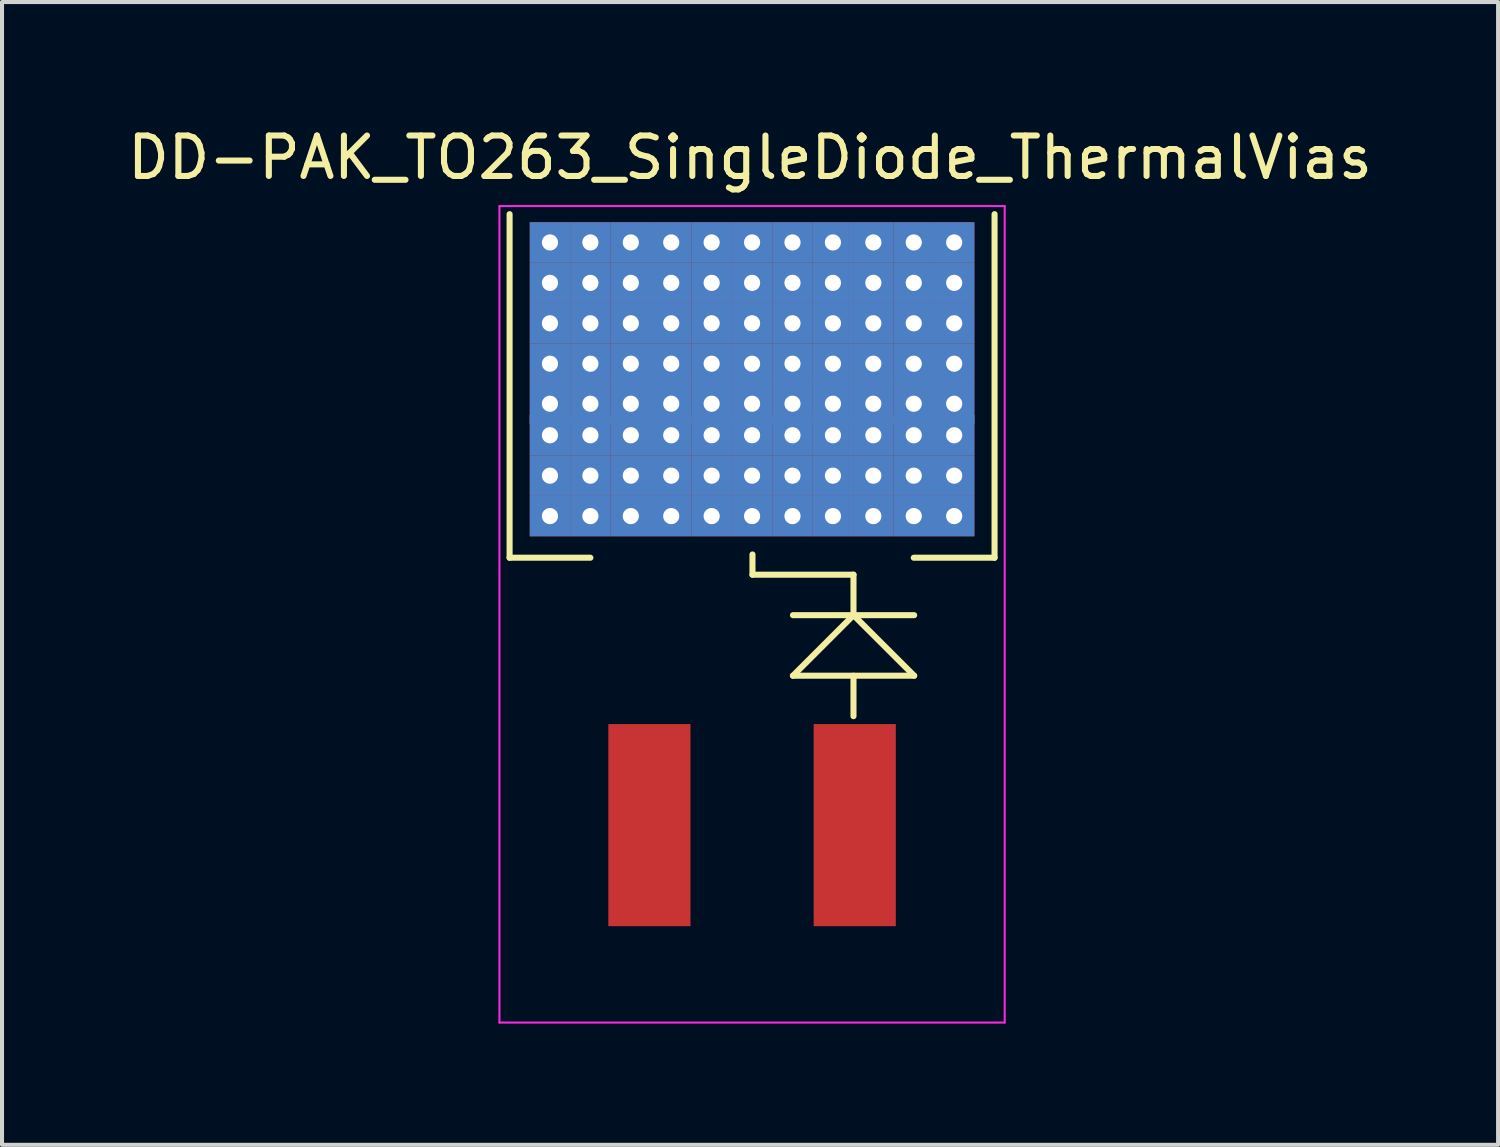
<source format=kicad_pcb>
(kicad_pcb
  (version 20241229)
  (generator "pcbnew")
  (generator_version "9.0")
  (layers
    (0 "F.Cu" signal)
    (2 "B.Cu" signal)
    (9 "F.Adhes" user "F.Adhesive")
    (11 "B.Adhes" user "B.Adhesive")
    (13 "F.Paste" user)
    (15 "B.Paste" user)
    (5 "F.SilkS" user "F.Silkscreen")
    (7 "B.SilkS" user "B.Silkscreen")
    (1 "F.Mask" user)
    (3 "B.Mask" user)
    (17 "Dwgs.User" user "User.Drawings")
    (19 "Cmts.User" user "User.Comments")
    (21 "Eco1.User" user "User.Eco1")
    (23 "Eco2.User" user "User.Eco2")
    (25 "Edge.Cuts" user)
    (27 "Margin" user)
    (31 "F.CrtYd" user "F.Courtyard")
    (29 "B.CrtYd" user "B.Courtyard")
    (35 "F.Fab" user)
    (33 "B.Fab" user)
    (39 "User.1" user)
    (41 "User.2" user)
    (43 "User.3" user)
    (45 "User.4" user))
  (footprint "DD-PAK_TO263_SingleDiode_ThermalVias"
    (layer "F.Cu")
    (at 9.856 2.248)
    (property "Reference" "DD-PAK_TO263_SingleDiode_ThermalVias" (at 5.65 -1.4 0) (layer "F.SilkS") (effects (font (size 1 1) (thickness 0.15))))
    (attr smd)
    (fp_line (start 0.2 0.2) (end 11.2 0.2) (stroke (width 0.45) (type solid)) (layer "F.Mask"))
    (fp_line (start 0.2 7.98) (end 0.2 0.2) (stroke (width 0.45) (type solid)) (layer "F.Mask"))
    (fp_line (start 0.44 0.37) (end 0.44 7.95) (stroke (width 0.45) (type solid)) (layer "F.Mask"))
    (fp_line (start 0.45 1.2) (end 10.95 1.2) (stroke (width 0.45) (type solid)) (layer "F.Mask"))
    (fp_line (start 0.45 2.2) (end 10.95 2.2) (stroke (width 0.45) (type solid)) (layer "F.Mask"))
    (fp_line (start 0.45 3.2) (end 10.95 3.2) (stroke (width 0.45) (type solid)) (layer "F.Mask"))
    (fp_line (start 0.45 5.19) (end 10.95 5.19) (stroke (width 0.45) (type solid)) (layer "F.Mask"))
    (fp_line (start 0.45 5.97) (end 10.95 5.97) (stroke (width 0.45) (type solid)) (layer "F.Mask"))
    (fp_line (start 0.45 6.97) (end 10.95 6.97) (stroke (width 0.45) (type solid)) (layer "F.Mask"))
    (fp_line (start 0.46 4.18) (end 10.96 4.18) (stroke (width 0.45) (type solid)) (layer "F.Mask"))
    (fp_line (start 0.78 0.37) (end 0.78 7.95) (stroke (width 0.45) (type solid)) (layer "F.Mask"))
    (fp_line (start 1.2 0.4) (end 1.2 7.98) (stroke (width 0.45) (type solid)) (layer "F.Mask"))
    (fp_line (start 1.54 0.37) (end 1.54 7.95) (stroke (width 0.45) (type solid)) (layer "F.Mask"))
    (fp_line (start 1.88 0.37) (end 1.88 7.95) (stroke (width 0.45) (type solid)) (layer "F.Mask"))
    (fp_line (start 2.2 0.4) (end 2.2 7.98) (stroke (width 0.45) (type solid)) (layer "F.Mask"))
    (fp_line (start 2.3 0.4) (end 2.3 7.98) (stroke (width 0.45) (type solid)) (layer "F.Mask"))
    (fp_line (start 2.57 0.32) (end 2.57 7.9) (stroke (width 0.45) (type solid)) (layer "F.Mask"))
    (fp_line (start 2.91 0.32) (end 2.91 7.9) (stroke (width 0.45) (type solid)) (layer "F.Mask"))
    (fp_line (start 3.2 0.4) (end 3.2 7.98) (stroke (width 0.45) (type solid)) (layer "F.Mask"))
    (fp_line (start 3.33 0.35) (end 3.33 7.93) (stroke (width 0.45) (type solid)) (layer "F.Mask"))
    (fp_line (start 3.41 0.32) (end 3.41 7.9) (stroke (width 0.45) (type solid)) (layer "F.Mask"))
    (fp_line (start 3.75 0.32) (end 3.75 7.9) (stroke (width 0.45) (type solid)) (layer "F.Mask"))
    (fp_line (start 4.17 0.35) (end 4.17 7.93) (stroke (width 0.45) (type solid)) (layer "F.Mask"))
    (fp_line (start 4.2 0.4) (end 4.2 7.98) (stroke (width 0.45) (type solid)) (layer "F.Mask"))
    (fp_line (start 4.51 0.29) (end 4.51 7.87) (stroke (width 0.45) (type solid)) (layer "F.Mask"))
    (fp_line (start 4.85 0.29) (end 4.85 7.87) (stroke (width 0.45) (type solid)) (layer "F.Mask"))
    (fp_line (start 5.2 0.4) (end 5.2 7.98) (stroke (width 0.45) (type solid)) (layer "F.Mask"))
    (fp_line (start 5.27 0.32) (end 5.27 7.9) (stroke (width 0.45) (type solid)) (layer "F.Mask"))
    (fp_line (start 5.45 0.29) (end 5.45 7.87) (stroke (width 0.45) (type solid)) (layer "F.Mask"))
    (fp_line (start 5.79 0.29) (end 5.79 7.87) (stroke (width 0.45) (type solid)) (layer "F.Mask"))
    (fp_line (start 6.2 0.4) (end 6.2 7.98) (stroke (width 0.45) (type solid)) (layer "F.Mask"))
    (fp_line (start 6.21 0.32) (end 6.21 7.9) (stroke (width 0.45) (type solid)) (layer "F.Mask"))
    (fp_line (start 6.43 0.32) (end 6.43 7.9) (stroke (width 0.45) (type solid)) (layer "F.Mask"))
    (fp_line (start 6.77 0.32) (end 6.77 7.9) (stroke (width 0.45) (type solid)) (layer "F.Mask"))
    (fp_line (start 7.19 0.35) (end 7.19 7.93) (stroke (width 0.45) (type solid)) (layer "F.Mask"))
    (fp_line (start 7.2 0.4) (end 7.2 7.98) (stroke (width 0.45) (type solid)) (layer "F.Mask"))
    (fp_line (start 7.41 0.32) (end 7.41 7.9) (stroke (width 0.45) (type solid)) (layer "F.Mask"))
    (fp_line (start 7.75 0.32) (end 7.75 7.9) (stroke (width 0.45) (type solid)) (layer "F.Mask"))
    (fp_line (start 8.17 0.35) (end 8.17 7.93) (stroke (width 0.45) (type solid)) (layer "F.Mask"))
    (fp_line (start 8.2 0.4) (end 8.2 7.98) (stroke (width 0.45) (type solid)) (layer "F.Mask"))
    (fp_line (start 8.32 0.27) (end 8.32 7.85) (stroke (width 0.45) (type solid)) (layer "F.Mask"))
    (fp_line (start 8.66 0.27) (end 8.66 7.85) (stroke (width 0.45) (type solid)) (layer "F.Mask"))
    (fp_line (start 9.08 0.3) (end 9.08 7.88) (stroke (width 0.45) (type solid)) (layer "F.Mask"))
    (fp_line (start 9.2 0.4) (end 9.2 7.98) (stroke (width 0.45) (type solid)) (layer "F.Mask"))
    (fp_line (start 9.52 0.29) (end 9.52 7.87) (stroke (width 0.45) (type solid)) (layer "F.Mask"))
    (fp_line (start 9.86 0.29) (end 9.86 7.87) (stroke (width 0.45) (type solid)) (layer "F.Mask"))
    (fp_line (start 10.16 0.25) (end 10.16 7.83) (stroke (width 0.45) (type solid)) (layer "F.Mask"))
    (fp_line (start 10.2 0.4) (end 10.2 7.98) (stroke (width 0.45) (type solid)) (layer "F.Mask"))
    (fp_line (start 10.28 0.32) (end 10.28 7.9) (stroke (width 0.45) (type solid)) (layer "F.Mask"))
    (fp_line (start 10.5 0.25) (end 10.5 7.83) (stroke (width 0.45) (type solid)) (layer "F.Mask"))
    (fp_line (start 10.92 0.28) (end 10.92 7.86) (stroke (width 0.45) (type solid)) (layer "F.Mask"))
    (fp_line (start 11.2 0.2) (end 11.2 7.98) (stroke (width 0.45) (type solid)) (layer "F.Mask"))
    (fp_line (start 11.2 7.98) (end 0.2 7.98) (stroke (width 0.45) (type solid)) (layer "F.Mask"))
    (fp_circle (center 0.7 0.7) (end 0.8 0.7) (stroke (width 0.215) (type solid)) (fill no) (layer "F.Mask"))
    (fp_circle (center 0.7 1.7) (end 0.8 1.7) (stroke (width 0.215) (type solid)) (fill no) (layer "F.Mask"))
    (fp_circle (center 0.7 2.7) (end 0.8 2.7) (stroke (width 0.215) (type solid)) (fill no) (layer "F.Mask"))
    (fp_circle (center 0.7 3.7) (end 0.8 3.7) (stroke (width 0.215) (type solid)) (fill no) (layer "F.Mask"))
    (fp_circle (center 0.7 5.47) (end 0.8 5.47) (stroke (width 0.215) (type solid)) (fill no) (layer "F.Mask"))
    (fp_circle (center 0.7 6.47) (end 0.8 6.47) (stroke (width 0.215) (type solid)) (fill no) (layer "F.Mask"))
    (fp_circle (center 0.7 7.47) (end 0.8 7.47) (stroke (width 0.215) (type solid)) (fill no) (layer "F.Mask"))
    (fp_circle (center 1.7 0.7) (end 1.8 0.7) (stroke (width 0.215) (type solid)) (fill no) (layer "F.Mask"))
    (fp_circle (center 1.7 1.7) (end 1.8 1.7) (stroke (width 0.215) (type solid)) (fill no) (layer "F.Mask"))
    (fp_circle (center 1.7 2.7) (end 1.8 2.7) (stroke (width 0.215) (type solid)) (fill no) (layer "F.Mask"))
    (fp_circle (center 1.7 3.7) (end 1.8 3.7) (stroke (width 0.215) (type solid)) (fill no) (layer "F.Mask"))
    (fp_circle (center 1.7 5.47) (end 1.8 5.47) (stroke (width 0.215) (type solid)) (fill no) (layer "F.Mask"))
    (fp_circle (center 1.7 6.47) (end 1.8 6.47) (stroke (width 0.215) (type solid)) (fill no) (layer "F.Mask"))
    (fp_circle (center 1.7 7.47) (end 1.8 7.47) (stroke (width 0.215) (type solid)) (fill no) (layer "F.Mask"))
    (fp_circle (center 2.7 0.7) (end 2.8 0.7) (stroke (width 0.215) (type solid)) (fill no) (layer "F.Mask"))
    (fp_circle (center 2.7 1.7) (end 2.8 1.7) (stroke (width 0.215) (type solid)) (fill no) (layer "F.Mask"))
    (fp_circle (center 2.7 2.7) (end 2.8 2.7) (stroke (width 0.215) (type solid)) (fill no) (layer "F.Mask"))
    (fp_circle (center 2.7 3.7) (end 2.8 3.7) (stroke (width 0.215) (type solid)) (fill no) (layer "F.Mask"))
    (fp_circle (center 2.7 5.47) (end 2.8 5.47) (stroke (width 0.215) (type solid)) (fill no) (layer "F.Mask"))
    (fp_circle (center 2.7 6.47) (end 2.8 6.47) (stroke (width 0.215) (type solid)) (fill no) (layer "F.Mask"))
    (fp_circle (center 2.7 7.47) (end 2.8 7.47) (stroke (width 0.215) (type solid)) (fill no) (layer "F.Mask"))
    (fp_circle (center 3.7 0.7) (end 3.8 0.7) (stroke (width 0.215) (type solid)) (fill no) (layer "F.Mask"))
    (fp_circle (center 3.7 1.7) (end 3.8 1.7) (stroke (width 0.215) (type solid)) (fill no) (layer "F.Mask"))
    (fp_circle (center 3.7 2.7) (end 3.8 2.7) (stroke (width 0.215) (type solid)) (fill no) (layer "F.Mask"))
    (fp_circle (center 3.7 3.7) (end 3.8 3.7) (stroke (width 0.215) (type solid)) (fill no) (layer "F.Mask"))
    (fp_circle (center 3.7 5.47) (end 3.8 5.47) (stroke (width 0.215) (type solid)) (fill no) (layer "F.Mask"))
    (fp_circle (center 3.7 6.47) (end 3.8 6.47) (stroke (width 0.215) (type solid)) (fill no) (layer "F.Mask"))
    (fp_circle (center 3.7 7.47) (end 3.8 7.47) (stroke (width 0.215) (type solid)) (fill no) (layer "F.Mask"))
    (fp_circle (center 4.7 0.7) (end 4.8 0.7) (stroke (width 0.215) (type solid)) (fill no) (layer "F.Mask"))
    (fp_circle (center 4.7 1.7) (end 4.8 1.7) (stroke (width 0.215) (type solid)) (fill no) (layer "F.Mask"))
    (fp_circle (center 4.7 2.7) (end 4.8 2.7) (stroke (width 0.215) (type solid)) (fill no) (layer "F.Mask"))
    (fp_circle (center 4.7 3.7) (end 4.8 3.7) (stroke (width 0.215) (type solid)) (fill no) (layer "F.Mask"))
    (fp_circle (center 4.7 5.47) (end 4.8 5.47) (stroke (width 0.215) (type solid)) (fill no) (layer "F.Mask"))
    (fp_circle (center 4.7 6.47) (end 4.8 6.47) (stroke (width 0.215) (type solid)) (fill no) (layer "F.Mask"))
    (fp_circle (center 4.7 7.47) (end 4.8 7.47) (stroke (width 0.215) (type solid)) (fill no) (layer "F.Mask"))
    (fp_circle (center 5.7 0.7) (end 5.8 0.7) (stroke (width 0.215) (type solid)) (fill no) (layer "F.Mask"))
    (fp_circle (center 5.7 1.7) (end 5.8 1.7) (stroke (width 0.215) (type solid)) (fill no) (layer "F.Mask"))
    (fp_circle (center 5.7 2.7) (end 5.8 2.7) (stroke (width 0.215) (type solid)) (fill no) (layer "F.Mask"))
    (fp_circle (center 5.7 3.7) (end 5.8 3.7) (stroke (width 0.215) (type solid)) (fill no) (layer "F.Mask"))
    (fp_circle (center 5.7 5.47) (end 5.8 5.47) (stroke (width 0.215) (type solid)) (fill no) (layer "F.Mask"))
    (fp_circle (center 5.7 6.47) (end 5.8 6.47) (stroke (width 0.215) (type solid)) (fill no) (layer "F.Mask"))
    (fp_circle (center 5.7 7.47) (end 5.8 7.47) (stroke (width 0.215) (type solid)) (fill no) (layer "F.Mask"))
    (fp_circle (center 6.7 0.7) (end 6.8 0.7) (stroke (width 0.215) (type solid)) (fill no) (layer "F.Mask"))
    (fp_circle (center 6.7 1.7) (end 6.8 1.7) (stroke (width 0.215) (type solid)) (fill no) (layer "F.Mask"))
    (fp_circle (center 6.7 2.7) (end 6.8 2.7) (stroke (width 0.215) (type solid)) (fill no) (layer "F.Mask"))
    (fp_circle (center 6.7 3.7) (end 6.8 3.7) (stroke (width 0.215) (type solid)) (fill no) (layer "F.Mask"))
    (fp_circle (center 6.7 5.47) (end 6.8 5.47) (stroke (width 0.215) (type solid)) (fill no) (layer "F.Mask"))
    (fp_circle (center 6.7 6.47) (end 6.8 6.47) (stroke (width 0.215) (type solid)) (fill no) (layer "F.Mask"))
    (fp_circle (center 6.7 7.47) (end 6.8 7.47) (stroke (width 0.215) (type solid)) (fill no) (layer "F.Mask"))
    (fp_circle (center 7.7 0.7) (end 7.8 0.7) (stroke (width 0.215) (type solid)) (fill no) (layer "F.Mask"))
    (fp_circle (center 7.7 1.7) (end 7.8 1.7) (stroke (width 0.215) (type solid)) (fill no) (layer "F.Mask"))
    (fp_circle (center 7.7 2.7) (end 7.8 2.7) (stroke (width 0.215) (type solid)) (fill no) (layer "F.Mask"))
    (fp_circle (center 7.7 3.7) (end 7.8 3.7) (stroke (width 0.215) (type solid)) (fill no) (layer "F.Mask"))
    (fp_circle (center 7.7 5.47) (end 7.8 5.47) (stroke (width 0.215) (type solid)) (fill no) (layer "F.Mask"))
    (fp_circle (center 7.7 6.47) (end 7.8 6.47) (stroke (width 0.215) (type solid)) (fill no) (layer "F.Mask"))
    (fp_circle (center 7.7 7.47) (end 7.8 7.47) (stroke (width 0.215) (type solid)) (fill no) (layer "F.Mask"))
    (fp_circle (center 8.7 0.7) (end 8.8 0.7) (stroke (width 0.215) (type solid)) (fill no) (layer "F.Mask"))
    (fp_circle (center 8.7 1.7) (end 8.8 1.7) (stroke (width 0.215) (type solid)) (fill no) (layer "F.Mask"))
    (fp_circle (center 8.7 2.7) (end 8.8 2.7) (stroke (width 0.215) (type solid)) (fill no) (layer "F.Mask"))
    (fp_circle (center 8.7 3.7) (end 8.8 3.7) (stroke (width 0.215) (type solid)) (fill no) (layer "F.Mask"))
    (fp_circle (center 8.7 5.47) (end 8.8 5.47) (stroke (width 0.215) (type solid)) (fill no) (layer "F.Mask"))
    (fp_circle (center 8.7 6.47) (end 8.8 6.47) (stroke (width 0.215) (type solid)) (fill no) (layer "F.Mask"))
    (fp_circle (center 8.7 7.47) (end 8.8 7.47) (stroke (width 0.215) (type solid)) (fill no) (layer "F.Mask"))
    (fp_circle (center 9.7 0.7) (end 9.8 0.7) (stroke (width 0.215) (type solid)) (fill no) (layer "F.Mask"))
    (fp_circle (center 9.7 1.7) (end 9.8 1.7) (stroke (width 0.215) (type solid)) (fill no) (layer "F.Mask"))
    (fp_circle (center 9.7 2.7) (end 9.8 2.7) (stroke (width 0.215) (type solid)) (fill no) (layer "F.Mask"))
    (fp_circle (center 9.7 3.7) (end 9.8 3.7) (stroke (width 0.215) (type solid)) (fill no) (layer "F.Mask"))
    (fp_circle (center 9.7 5.47) (end 9.8 5.47) (stroke (width 0.215) (type solid)) (fill no) (layer "F.Mask"))
    (fp_circle (center 9.7 6.47) (end 9.8 6.47) (stroke (width 0.215) (type solid)) (fill no) (layer "F.Mask"))
    (fp_circle (center 9.7 7.47) (end 9.8 7.47) (stroke (width 0.215) (type solid)) (fill no) (layer "F.Mask"))
    (fp_circle (center 10.7 0.7) (end 10.8 0.7) (stroke (width 0.215) (type solid)) (fill no) (layer "F.Mask"))
    (fp_circle (center 10.7 1.7) (end 10.8 1.7) (stroke (width 0.215) (type solid)) (fill no) (layer "F.Mask"))
    (fp_circle (center 10.7 2.7) (end 10.8 2.7) (stroke (width 0.215) (type solid)) (fill no) (layer "F.Mask"))
    (fp_circle (center 10.7 3.7) (end 10.8 3.7) (stroke (width 0.215) (type solid)) (fill no) (layer "F.Mask"))
    (fp_circle (center 10.7 5.47) (end 10.8 5.47) (stroke (width 0.215) (type solid)) (fill no) (layer "F.Mask"))
    (fp_circle (center 10.7 6.47) (end 10.8 6.47) (stroke (width 0.215) (type solid)) (fill no) (layer "F.Mask"))
    (fp_circle (center 10.7 7.47) (end 10.8 7.47) (stroke (width 0.215) (type solid)) (fill no) (layer "F.Mask"))
    (fp_line (start -0.299 0) (end -0.299 8.5) (stroke (width 0.15) (type solid)) (layer "F.SilkS"))
    (fp_line (start -0.299 8.5) (end 1.7 8.5) (stroke (width 0.15) (type solid)) (layer "F.SilkS"))
    (fp_line (start 5.71 8.92) (end 5.71 8.419) (stroke (width 0.15) (type solid)) (layer "F.SilkS"))
    (fp_line (start 6.711 9.921) (end 9.71 9.921) (stroke (width 0.15) (type solid)) (layer "F.SilkS"))
    (fp_line (start 6.711 11.419) (end 9.71 11.419) (stroke (width 0.15) (type solid)) (layer "F.SilkS"))
    (fp_line (start 8.209 8.92) (end 5.71 8.92) (stroke (width 0.15) (type solid)) (layer "F.SilkS"))
    (fp_line (start 8.209 9.921) (end 6.711 11.419) (stroke (width 0.15) (type solid)) (layer "F.SilkS"))
    (fp_line (start 8.209 9.921) (end 8.209 8.92) (stroke (width 0.15) (type solid)) (layer "F.SilkS"))
    (fp_line (start 8.209 11.419) (end 8.209 12.42) (stroke (width 0.15) (type solid)) (layer "F.SilkS"))
    (fp_line (start 9.7 8.5) (end 11.699 8.5) (stroke (width 0.15) (type solid)) (layer "F.SilkS"))
    (fp_line (start 9.71 11.419) (end 8.209 9.921) (stroke (width 0.15) (type solid)) (layer "F.SilkS"))
    (fp_line (start 11.699 8.5) (end 11.699 0) (stroke (width 0.15) (type solid)) (layer "F.SilkS"))
    (fp_line (start 0.45 1.2) (end 10.95 1.2) (stroke (width 0.45) (type solid)) (layer "F.Paste"))
    (fp_line (start 0.45 2.2) (end 10.95 2.2) (stroke (width 0.45) (type solid)) (layer "F.Paste"))
    (fp_line (start 0.45 3.2) (end 10.95 3.2) (stroke (width 0.45) (type solid)) (layer "F.Paste"))
    (fp_line (start 0.45 5.19) (end 10.95 5.19) (stroke (width 0.45) (type solid)) (layer "F.Paste"))
    (fp_line (start 0.45 5.97) (end 10.95 5.97) (stroke (width 0.45) (type solid)) (layer "F.Paste"))
    (fp_line (start 0.45 6.97) (end 10.95 6.97) (stroke (width 0.45) (type solid)) (layer "F.Paste"))
    (fp_line (start -0.55 -0.2) (end 11.95 -0.2) (stroke (width 0.05) (type solid)) (layer "F.CrtYd"))
    (fp_line (start -0.55 20) (end -0.55 -0.2) (stroke (width 0.05) (type solid)) (layer "F.CrtYd"))
    (fp_line (start 11.95 -0.2) (end 11.95 20) (stroke (width 0.05) (type solid)) (layer "F.CrtYd"))
    (fp_line (start 11.95 20) (end -0.55 20) (stroke (width 0.05) (type solid)) (layer "F.CrtYd"))
    (pad "1" smd rect (at 8.24 15.115) (size 2.032 5) (layers "F.Cu" "F.Mask" "F.Paste"))
    (pad "2" thru_hole rect (at 0.7 0.7) (size 1 1) (drill 0.4) (layers "*.Cu" "B.Mask"))
    (pad "2" thru_hole rect (at 0.7 1.7) (size 1 1) (drill 0.4) (layers "*.Cu" "B.Mask"))
    (pad "2" thru_hole rect (at 0.7 2.7) (size 1 1) (drill 0.4) (layers "*.Cu" "B.Mask"))
    (pad "2" thru_hole rect (at 0.7 3.7) (size 1 1) (drill 0.4) (layers "*.Cu" "B.Mask"))
    (pad "2" thru_hole rect (at 0.7 4.69) (size 1 1) (drill 0.4) (layers "*.Cu" "B.Mask"))
    (pad "2" thru_hole rect (at 0.7 5.47) (size 1 1) (drill 0.4) (layers "*.Cu" "B.Mask"))
    (pad "2" thru_hole rect (at 0.7 6.47) (size 1 1) (drill 0.4) (layers "*.Cu" "B.Mask"))
    (pad "2" thru_hole rect (at 0.7 7.47) (size 1 1) (drill 0.4) (layers "*.Cu" "B.Mask"))
    (pad "2" thru_hole rect (at 1.7 0.7) (size 1 1) (drill 0.4) (layers "*.Cu" "B.Mask"))
    (pad "2" thru_hole rect (at 1.7 1.7) (size 1 1) (drill 0.4) (layers "*.Cu" "B.Mask"))
    (pad "2" thru_hole rect (at 1.7 2.7) (size 1 1) (drill 0.4) (layers "*.Cu" "B.Mask"))
    (pad "2" thru_hole rect (at 1.7 3.7) (size 1 1) (drill 0.4) (layers "*.Cu" "B.Mask"))
    (pad "2" thru_hole rect (at 1.7 4.69) (size 1 1) (drill 0.4) (layers "*.Cu" "B.Mask"))
    (pad "2" thru_hole rect (at 1.7 5.47) (size 1 1) (drill 0.4) (layers "*.Cu" "B.Mask"))
    (pad "2" thru_hole rect (at 1.7 6.47) (size 1 1) (drill 0.4) (layers "*.Cu" "B.Mask"))
    (pad "2" thru_hole rect (at 1.7 7.47) (size 1 1) (drill 0.4) (layers "*.Cu" "B.Mask"))
    (pad "2" thru_hole rect (at 2.7 0.7) (size 1 1) (drill 0.4) (layers "*.Cu" "B.Mask"))
    (pad "2" thru_hole rect (at 2.7 1.7) (size 1 1) (drill 0.4) (layers "*.Cu" "B.Mask"))
    (pad "2" thru_hole rect (at 2.7 2.7) (size 1 1) (drill 0.4) (layers "*.Cu" "B.Mask"))
    (pad "2" thru_hole rect (at 2.7 3.7) (size 1 1) (drill 0.4) (layers "*.Cu" "B.Mask"))
    (pad "2" thru_hole rect (at 2.7 4.69) (size 1 1) (drill 0.4) (layers "*.Cu" "B.Mask"))
    (pad "2" thru_hole rect (at 2.7 5.47) (size 1 1) (drill 0.4) (layers "*.Cu" "B.Mask"))
    (pad "2" thru_hole rect (at 2.7 6.47) (size 1 1) (drill 0.4) (layers "*.Cu" "B.Mask"))
    (pad "2" thru_hole rect (at 2.7 7.47) (size 1 1) (drill 0.4) (layers "*.Cu" "B.Mask"))
    (pad "2" thru_hole rect (at 3.7 0.7) (size 1 1) (drill 0.4) (layers "*.Cu" "B.Mask"))
    (pad "2" thru_hole rect (at 3.7 1.7) (size 1 1) (drill 0.4) (layers "*.Cu" "B.Mask"))
    (pad "2" thru_hole rect (at 3.7 2.7) (size 1 1) (drill 0.4) (layers "*.Cu" "B.Mask"))
    (pad "2" thru_hole rect (at 3.7 3.7) (size 1 1) (drill 0.4) (layers "*.Cu" "B.Mask"))
    (pad "2" thru_hole rect (at 3.7 4.69) (size 1 1) (drill 0.4) (layers "*.Cu" "B.Mask"))
    (pad "2" thru_hole rect (at 3.7 5.47) (size 1 1) (drill 0.4) (layers "*.Cu" "B.Mask"))
    (pad "2" thru_hole rect (at 3.7 6.47) (size 1 1) (drill 0.4) (layers "*.Cu" "B.Mask"))
    (pad "2" thru_hole rect (at 3.7 7.47) (size 1 1) (drill 0.4) (layers "*.Cu" "B.Mask"))
    (pad "2" thru_hole rect (at 4.7 0.7) (size 1 1) (drill 0.4) (layers "*.Cu" "B.Mask"))
    (pad "2" thru_hole rect (at 4.7 1.7) (size 1 1) (drill 0.4) (layers "*.Cu" "B.Mask"))
    (pad "2" thru_hole rect (at 4.7 2.7) (size 1 1) (drill 0.4) (layers "*.Cu" "B.Mask"))
    (pad "2" thru_hole rect (at 4.7 3.7) (size 1 1) (drill 0.4) (layers "*.Cu" "B.Mask"))
    (pad "2" thru_hole rect (at 4.7 4.69) (size 1 1) (drill 0.4) (layers "*.Cu" "B.Mask"))
    (pad "2" thru_hole rect (at 4.7 5.47) (size 1 1) (drill 0.4) (layers "*.Cu" "B.Mask"))
    (pad "2" thru_hole rect (at 4.7 6.47) (size 1 1) (drill 0.4) (layers "*.Cu" "B.Mask"))
    (pad "2" thru_hole rect (at 4.7 7.47) (size 1 1) (drill 0.4) (layers "*.Cu" "B.Mask"))
    (pad "2" thru_hole rect (at 5.7 0.7) (size 1 1) (drill 0.4) (layers "*.Cu" "B.Mask"))
    (pad "2" thru_hole rect (at 5.7 1.7) (size 1 1) (drill 0.4) (layers "*.Cu" "B.Mask"))
    (pad "2" thru_hole rect (at 5.7 2.7) (size 1 1) (drill 0.4) (layers "*.Cu" "B.Mask"))
    (pad "2" thru_hole rect (at 5.7 3.7) (size 1 1) (drill 0.4) (layers "*.Cu" "B.Mask"))
    (pad "2" thru_hole rect (at 5.7 4.69) (size 1 1) (drill 0.4) (layers "*.Cu" "B.Mask"))
    (pad "2" thru_hole rect (at 5.7 5.47) (size 1 1) (drill 0.4) (layers "*.Cu" "B.Mask"))
    (pad "2" thru_hole rect (at 5.7 6.47) (size 1 1) (drill 0.4) (layers "*.Cu" "B.Mask"))
    (pad "2" thru_hole rect (at 5.7 7.47) (size 1 1) (drill 0.4) (layers "*.Cu" "B.Mask"))
    (pad "2" thru_hole rect (at 6.7 0.7) (size 1 1) (drill 0.4) (layers "*.Cu" "B.Mask"))
    (pad "2" thru_hole rect (at 6.7 1.7) (size 1 1) (drill 0.4) (layers "*.Cu" "B.Mask"))
    (pad "2" thru_hole rect (at 6.7 2.7) (size 1 1) (drill 0.4) (layers "*.Cu" "B.Mask"))
    (pad "2" thru_hole rect (at 6.7 3.7) (size 1 1) (drill 0.4) (layers "*.Cu" "B.Mask"))
    (pad "2" thru_hole rect (at 6.7 4.69) (size 1 1) (drill 0.4) (layers "*.Cu" "B.Mask"))
    (pad "2" thru_hole rect (at 6.7 5.47) (size 1 1) (drill 0.4) (layers "*.Cu" "B.Mask"))
    (pad "2" thru_hole rect (at 6.7 6.47) (size 1 1) (drill 0.4) (layers "*.Cu" "B.Mask"))
    (pad "2" thru_hole rect (at 6.7 7.47) (size 1 1) (drill 0.4) (layers "*.Cu" "B.Mask"))
    (pad "2" thru_hole rect (at 7.7 0.7) (size 1 1) (drill 0.4) (layers "*.Cu" "B.Mask"))
    (pad "2" thru_hole rect (at 7.7 1.7) (size 1 1) (drill 0.4) (layers "*.Cu" "B.Mask"))
    (pad "2" thru_hole rect (at 7.7 2.7) (size 1 1) (drill 0.4) (layers "*.Cu" "B.Mask"))
    (pad "2" thru_hole rect (at 7.7 3.7) (size 1 1) (drill 0.4) (layers "*.Cu" "B.Mask"))
    (pad "2" thru_hole rect (at 7.7 4.69) (size 1 1) (drill 0.4) (layers "*.Cu" "B.Mask"))
    (pad "2" thru_hole rect (at 7.7 5.47) (size 1 1) (drill 0.4) (layers "*.Cu" "B.Mask"))
    (pad "2" thru_hole rect (at 7.7 6.47) (size 1 1) (drill 0.4) (layers "*.Cu" "B.Mask"))
    (pad "2" thru_hole rect (at 7.7 7.47) (size 1 1) (drill 0.4) (layers "*.Cu" "B.Mask"))
    (pad "2" thru_hole rect (at 8.7 0.7) (size 1 1) (drill 0.4) (layers "*.Cu" "B.Mask"))
    (pad "2" thru_hole rect (at 8.7 1.7) (size 1 1) (drill 0.4) (layers "*.Cu" "B.Mask"))
    (pad "2" thru_hole rect (at 8.7 2.7) (size 1 1) (drill 0.4) (layers "*.Cu" "B.Mask"))
    (pad "2" thru_hole rect (at 8.7 3.7) (size 1 1) (drill 0.4) (layers "*.Cu" "B.Mask"))
    (pad "2" thru_hole rect (at 8.7 4.69) (size 1 1) (drill 0.4) (layers "*.Cu" "B.Mask"))
    (pad "2" thru_hole rect (at 8.7 5.47) (size 1 1) (drill 0.4) (layers "*.Cu" "B.Mask"))
    (pad "2" thru_hole rect (at 8.7 6.47) (size 1 1) (drill 0.4) (layers "*.Cu" "B.Mask"))
    (pad "2" thru_hole rect (at 8.7 7.47) (size 1 1) (drill 0.4) (layers "*.Cu" "B.Mask"))
    (pad "2" thru_hole rect (at 9.7 0.7) (size 1 1) (drill 0.4) (layers "*.Cu" "B.Mask"))
    (pad "2" thru_hole rect (at 9.7 1.7) (size 1 1) (drill 0.4) (layers "*.Cu" "B.Mask"))
    (pad "2" thru_hole rect (at 9.7 2.7) (size 1 1) (drill 0.4) (layers "*.Cu" "B.Mask"))
    (pad "2" thru_hole rect (at 9.7 3.7) (size 1 1) (drill 0.4) (layers "*.Cu" "B.Mask"))
    (pad "2" thru_hole rect (at 9.7 4.69) (size 1 1) (drill 0.4) (layers "*.Cu" "B.Mask"))
    (pad "2" thru_hole rect (at 9.7 5.47) (size 1 1) (drill 0.4) (layers "*.Cu" "B.Mask"))
    (pad "2" thru_hole rect (at 9.7 6.47) (size 1 1) (drill 0.4) (layers "*.Cu" "B.Mask"))
    (pad "2" thru_hole rect (at 9.7 7.47) (size 1 1) (drill 0.4) (layers "*.Cu" "B.Mask"))
    (pad "2" thru_hole rect (at 10.7 0.7) (size 1 1) (drill 0.4) (layers "*.Cu" "B.Mask"))
    (pad "2" thru_hole rect (at 10.7 1.7) (size 1 1) (drill 0.4) (layers "*.Cu" "B.Mask"))
    (pad "2" thru_hole rect (at 10.7 2.7) (size 1 1) (drill 0.4) (layers "*.Cu" "B.Mask"))
    (pad "2" thru_hole rect (at 10.7 3.7) (size 1 1) (drill 0.4) (layers "*.Cu" "B.Mask"))
    (pad "2" thru_hole rect (at 10.7 4.69) (size 1 1) (drill 0.4) (layers "*.Cu" "B.Mask"))
    (pad "2" thru_hole rect (at 10.7 5.47) (size 1 1) (drill 0.4) (layers "*.Cu" "B.Mask"))
    (pad "2" thru_hole rect (at 10.7 6.47) (size 1 1) (drill 0.4) (layers "*.Cu" "B.Mask"))
    (pad "2" thru_hole rect (at 10.7 7.47) (size 1 1) (drill 0.4) (layers "*.Cu" "B.Mask"))
    (pad "3" smd rect (at 3.16 15.115) (size 2.032 5) (layers "F.Cu" "F.Mask" "F.Paste")))
  (gr_rect
    (start -3 -3)
    (end 34.012 25.273)
    (stroke (width 0.1) (type default))
    (fill no)
    (layer "Edge.Cuts")))
</source>
